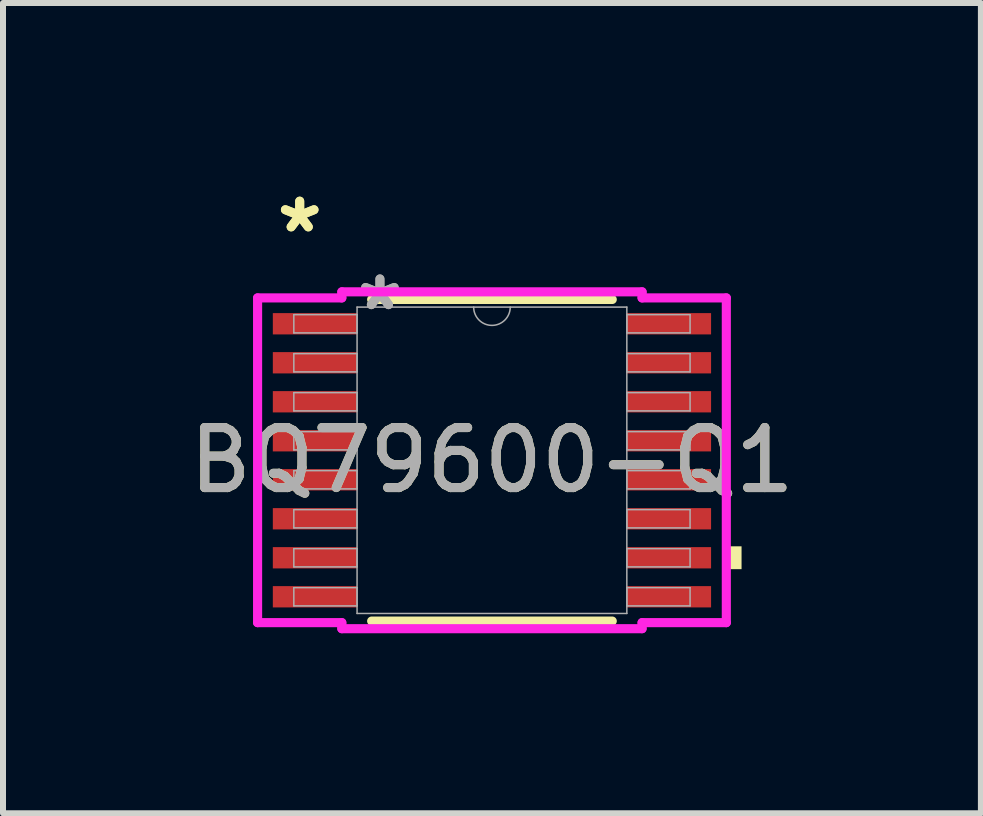
<source format=kicad_pcb>
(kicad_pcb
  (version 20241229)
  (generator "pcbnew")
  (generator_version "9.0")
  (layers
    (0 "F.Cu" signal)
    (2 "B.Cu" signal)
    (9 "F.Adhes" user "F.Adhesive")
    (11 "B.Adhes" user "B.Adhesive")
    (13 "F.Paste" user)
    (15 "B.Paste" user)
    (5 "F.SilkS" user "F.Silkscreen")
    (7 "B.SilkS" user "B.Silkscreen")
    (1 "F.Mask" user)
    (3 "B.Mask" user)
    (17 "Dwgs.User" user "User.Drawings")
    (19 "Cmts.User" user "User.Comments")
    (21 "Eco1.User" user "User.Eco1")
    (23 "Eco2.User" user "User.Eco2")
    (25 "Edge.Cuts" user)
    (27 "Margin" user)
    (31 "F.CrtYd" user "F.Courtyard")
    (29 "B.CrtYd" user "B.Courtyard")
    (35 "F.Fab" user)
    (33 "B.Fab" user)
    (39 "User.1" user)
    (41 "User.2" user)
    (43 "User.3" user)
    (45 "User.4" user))
  (footprint "BQ79600-Q1"
    (layer "F.Cu")
    (at 5.149 4.621)
    (property "Reference" "BQ79600-Q1" (at 0 0 0) (unlocked yes) (layer "F.SilkS") (effects (font (size 1 1) (thickness 0.15))))
    (attr smd)
    (fp_line (start -2.005 2.68) (end 2.005 2.68) (stroke (width 0.152) (type solid)) (layer "F.SilkS"))
    (fp_line (start 2.005 -2.68) (end -2.005 -2.68) (stroke (width 0.152) (type solid)) (layer "F.SilkS"))
    (fp_poly (pts (xy 4.16 1.434) (xy 4.16 1.815) (xy 3.906 1.815) (xy 3.906 1.434)) (stroke (width 0) (type solid)) (fill yes) (layer "F.SilkS"))
    (fp_line (start -3.906 -2.706) (end -2.502 -2.706) (stroke (width 0.152) (type solid)) (layer "F.CrtYd"))
    (fp_line (start -3.906 2.706) (end -3.906 -2.706) (stroke (width 0.152) (type solid)) (layer "F.CrtYd"))
    (fp_line (start -3.906 2.706) (end -2.502 2.706) (stroke (width 0.152) (type solid)) (layer "F.CrtYd"))
    (fp_line (start -2.502 -2.807) (end 2.502 -2.807) (stroke (width 0.152) (type solid)) (layer "F.CrtYd"))
    (fp_line (start -2.502 -2.706) (end -2.502 -2.807) (stroke (width 0.152) (type solid)) (layer "F.CrtYd"))
    (fp_line (start -2.502 2.807) (end -2.502 2.706) (stroke (width 0.152) (type solid)) (layer "F.CrtYd"))
    (fp_line (start 2.502 -2.807) (end 2.502 -2.706) (stroke (width 0.152) (type solid)) (layer "F.CrtYd"))
    (fp_line (start 2.502 2.706) (end 2.502 2.807) (stroke (width 0.152) (type solid)) (layer "F.CrtYd"))
    (fp_line (start 2.502 2.807) (end -2.502 2.807) (stroke (width 0.152) (type solid)) (layer "F.CrtYd"))
    (fp_line (start 3.906 -2.706) (end 2.502 -2.706) (stroke (width 0.152) (type solid)) (layer "F.CrtYd"))
    (fp_line (start 3.906 -2.706) (end 3.906 2.706) (stroke (width 0.152) (type solid)) (layer "F.CrtYd"))
    (fp_line (start 3.906 2.706) (end 2.502 2.706) (stroke (width 0.152) (type solid)) (layer "F.CrtYd"))
    (fp_line (start -3.302 -2.427) (end -3.302 -2.123) (stroke (width 0.025) (type solid)) (layer "F.Fab"))
    (fp_line (start -3.302 -2.123) (end -2.248 -2.123) (stroke (width 0.025) (type solid)) (layer "F.Fab"))
    (fp_line (start -3.302 -1.777) (end -3.302 -1.473) (stroke (width 0.025) (type solid)) (layer "F.Fab"))
    (fp_line (start -3.302 -1.473) (end -2.248 -1.473) (stroke (width 0.025) (type solid)) (layer "F.Fab"))
    (fp_line (start -3.302 -1.127) (end -3.302 -0.823) (stroke (width 0.025) (type solid)) (layer "F.Fab"))
    (fp_line (start -3.302 -0.823) (end -2.248 -0.823) (stroke (width 0.025) (type solid)) (layer "F.Fab"))
    (fp_line (start -3.302 -0.477) (end -3.302 -0.173) (stroke (width 0.025) (type solid)) (layer "F.Fab"))
    (fp_line (start -3.302 -0.173) (end -2.248 -0.173) (stroke (width 0.025) (type solid)) (layer "F.Fab"))
    (fp_line (start -3.302 0.173) (end -3.302 0.477) (stroke (width 0.025) (type solid)) (layer "F.Fab"))
    (fp_line (start -3.302 0.477) (end -2.248 0.477) (stroke (width 0.025) (type solid)) (layer "F.Fab"))
    (fp_line (start -3.302 0.823) (end -3.302 1.127) (stroke (width 0.025) (type solid)) (layer "F.Fab"))
    (fp_line (start -3.302 1.127) (end -2.248 1.127) (stroke (width 0.025) (type solid)) (layer "F.Fab"))
    (fp_line (start -3.302 1.473) (end -3.302 1.777) (stroke (width 0.025) (type solid)) (layer "F.Fab"))
    (fp_line (start -3.302 1.777) (end -2.248 1.777) (stroke (width 0.025) (type solid)) (layer "F.Fab"))
    (fp_line (start -3.302 2.123) (end -3.302 2.427) (stroke (width 0.025) (type solid)) (layer "F.Fab"))
    (fp_line (start -3.302 2.427) (end -2.248 2.427) (stroke (width 0.025) (type solid)) (layer "F.Fab"))
    (fp_line (start -2.248 -2.553) (end -2.248 2.553) (stroke (width 0.025) (type solid)) (layer "F.Fab"))
    (fp_line (start -2.248 -2.427) (end -3.302 -2.427) (stroke (width 0.025) (type solid)) (layer "F.Fab"))
    (fp_line (start -2.248 -2.123) (end -2.248 -2.427) (stroke (width 0.025) (type solid)) (layer "F.Fab"))
    (fp_line (start -2.248 -1.777) (end -3.302 -1.777) (stroke (width 0.025) (type solid)) (layer "F.Fab"))
    (fp_line (start -2.248 -1.473) (end -2.248 -1.777) (stroke (width 0.025) (type solid)) (layer "F.Fab"))
    (fp_line (start -2.248 -1.127) (end -3.302 -1.127) (stroke (width 0.025) (type solid)) (layer "F.Fab"))
    (fp_line (start -2.248 -0.823) (end -2.248 -1.127) (stroke (width 0.025) (type solid)) (layer "F.Fab"))
    (fp_line (start -2.248 -0.477) (end -3.302 -0.477) (stroke (width 0.025) (type solid)) (layer "F.Fab"))
    (fp_line (start -2.248 -0.173) (end -2.248 -0.477) (stroke (width 0.025) (type solid)) (layer "F.Fab"))
    (fp_line (start -2.248 0.173) (end -3.302 0.173) (stroke (width 0.025) (type solid)) (layer "F.Fab"))
    (fp_line (start -2.248 0.477) (end -2.248 0.173) (stroke (width 0.025) (type solid)) (layer "F.Fab"))
    (fp_line (start -2.248 0.823) (end -3.302 0.823) (stroke (width 0.025) (type solid)) (layer "F.Fab"))
    (fp_line (start -2.248 1.127) (end -2.248 0.823) (stroke (width 0.025) (type solid)) (layer "F.Fab"))
    (fp_line (start -2.248 1.473) (end -3.302 1.473) (stroke (width 0.025) (type solid)) (layer "F.Fab"))
    (fp_line (start -2.248 1.777) (end -2.248 1.473) (stroke (width 0.025) (type solid)) (layer "F.Fab"))
    (fp_line (start -2.248 2.123) (end -3.302 2.123) (stroke (width 0.025) (type solid)) (layer "F.Fab"))
    (fp_line (start -2.248 2.427) (end -2.248 2.123) (stroke (width 0.025) (type solid)) (layer "F.Fab"))
    (fp_line (start -2.248 2.553) (end 2.248 2.553) (stroke (width 0.025) (type solid)) (layer "F.Fab"))
    (fp_line (start 2.248 -2.553) (end -2.248 -2.553) (stroke (width 0.025) (type solid)) (layer "F.Fab"))
    (fp_line (start 2.248 -2.427) (end 2.248 -2.123) (stroke (width 0.025) (type solid)) (layer "F.Fab"))
    (fp_line (start 2.248 -2.123) (end 3.302 -2.123) (stroke (width 0.025) (type solid)) (layer "F.Fab"))
    (fp_line (start 2.248 -1.777) (end 2.248 -1.473) (stroke (width 0.025) (type solid)) (layer "F.Fab"))
    (fp_line (start 2.248 -1.473) (end 3.302 -1.473) (stroke (width 0.025) (type solid)) (layer "F.Fab"))
    (fp_line (start 2.248 -1.127) (end 2.248 -0.823) (stroke (width 0.025) (type solid)) (layer "F.Fab"))
    (fp_line (start 2.248 -0.823) (end 3.302 -0.823) (stroke (width 0.025) (type solid)) (layer "F.Fab"))
    (fp_line (start 2.248 -0.477) (end 2.248 -0.173) (stroke (width 0.025) (type solid)) (layer "F.Fab"))
    (fp_line (start 2.248 -0.173) (end 3.302 -0.173) (stroke (width 0.025) (type solid)) (layer "F.Fab"))
    (fp_line (start 2.248 0.173) (end 2.248 0.477) (stroke (width 0.025) (type solid)) (layer "F.Fab"))
    (fp_line (start 2.248 0.477) (end 3.302 0.477) (stroke (width 0.025) (type solid)) (layer "F.Fab"))
    (fp_line (start 2.248 0.823) (end 2.248 1.127) (stroke (width 0.025) (type solid)) (layer "F.Fab"))
    (fp_line (start 2.248 1.127) (end 3.302 1.127) (stroke (width 0.025) (type solid)) (layer "F.Fab"))
    (fp_line (start 2.248 1.473) (end 2.248 1.777) (stroke (width 0.025) (type solid)) (layer "F.Fab"))
    (fp_line (start 2.248 1.777) (end 3.302 1.777) (stroke (width 0.025) (type solid)) (layer "F.Fab"))
    (fp_line (start 2.248 2.123) (end 2.248 2.427) (stroke (width 0.025) (type solid)) (layer "F.Fab"))
    (fp_line (start 2.248 2.427) (end 3.302 2.427) (stroke (width 0.025) (type solid)) (layer "F.Fab"))
    (fp_line (start 2.248 2.553) (end 2.248 -2.553) (stroke (width 0.025) (type solid)) (layer "F.Fab"))
    (fp_line (start 3.302 -2.427) (end 2.248 -2.427) (stroke (width 0.025) (type solid)) (layer "F.Fab"))
    (fp_line (start 3.302 -2.123) (end 3.302 -2.427) (stroke (width 0.025) (type solid)) (layer "F.Fab"))
    (fp_line (start 3.302 -1.777) (end 2.248 -1.777) (stroke (width 0.025) (type solid)) (layer "F.Fab"))
    (fp_line (start 3.302 -1.473) (end 3.302 -1.777) (stroke (width 0.025) (type solid)) (layer "F.Fab"))
    (fp_line (start 3.302 -1.127) (end 2.248 -1.127) (stroke (width 0.025) (type solid)) (layer "F.Fab"))
    (fp_line (start 3.302 -0.823) (end 3.302 -1.127) (stroke (width 0.025) (type solid)) (layer "F.Fab"))
    (fp_line (start 3.302 -0.477) (end 2.248 -0.477) (stroke (width 0.025) (type solid)) (layer "F.Fab"))
    (fp_line (start 3.302 -0.173) (end 3.302 -0.477) (stroke (width 0.025) (type solid)) (layer "F.Fab"))
    (fp_line (start 3.302 0.173) (end 2.248 0.173) (stroke (width 0.025) (type solid)) (layer "F.Fab"))
    (fp_line (start 3.302 0.477) (end 3.302 0.173) (stroke (width 0.025) (type solid)) (layer "F.Fab"))
    (fp_line (start 3.302 0.823) (end 2.248 0.823) (stroke (width 0.025) (type solid)) (layer "F.Fab"))
    (fp_line (start 3.302 1.127) (end 3.302 0.823) (stroke (width 0.025) (type solid)) (layer "F.Fab"))
    (fp_line (start 3.302 1.473) (end 2.248 1.473) (stroke (width 0.025) (type solid)) (layer "F.Fab"))
    (fp_line (start 3.302 1.777) (end 3.302 1.473) (stroke (width 0.025) (type solid)) (layer "F.Fab"))
    (fp_line (start 3.302 2.123) (end 2.248 2.123) (stroke (width 0.025) (type solid)) (layer "F.Fab"))
    (fp_line (start 3.302 2.427) (end 3.302 2.123) (stroke (width 0.025) (type solid)) (layer "F.Fab"))
    (fp_arc (start 0.3048 -2.5527) (mid 0 -2.2479) (end -0.3048 -2.5527) (stroke (width 0.0254) (type solid)) (layer "F.Fab"))
    (fp_text user "*" (at -3.204 -3.773 0) (unlocked yes) (layer "F.SilkS") (effects (font (size 1 1) (thickness 0.15))))
    (fp_text user "*" (at -3.204 -3.773 0) (layer "F.SilkS") (effects (font (size 1 1) (thickness 0.15))))
    (fp_text user "${REFERENCE}" (at 0 0 0) (unlocked yes) (layer "F.Fab") (effects (font (size 1 1) (thickness 0.15))))
    (fp_text user "*" (at -1.867 -2.477 0) (layer "F.Fab") (effects (font (size 1 1) (thickness 0.15))))
    (fp_text user "*" (at -1.867 -2.477 0) (unlocked yes) (layer "F.Fab") (effects (font (size 1 1) (thickness 0.15))))
    (pad "1" smd rect (at -2.95 -2.275) (size 1.404 0.355) (layers "F.Cu" "F.Mask" "F.Paste"))
    (pad "2" smd rect (at -2.95 -1.625) (size 1.404 0.355) (layers "F.Cu" "F.Mask" "F.Paste"))
    (pad "3" smd rect (at -2.95 -0.975) (size 1.404 0.355) (layers "F.Cu" "F.Mask" "F.Paste"))
    (pad "4" smd rect (at -2.95 -0.325) (size 1.404 0.355) (layers "F.Cu" "F.Mask" "F.Paste"))
    (pad "5" smd rect (at -2.95 0.325) (size 1.404 0.355) (layers "F.Cu" "F.Mask" "F.Paste"))
    (pad "6" smd rect (at -2.95 0.975) (size 1.404 0.355) (layers "F.Cu" "F.Mask" "F.Paste"))
    (pad "7" smd rect (at -2.95 1.625) (size 1.404 0.355) (layers "F.Cu" "F.Mask" "F.Paste"))
    (pad "8" smd rect (at -2.95 2.275) (size 1.404 0.355) (layers "F.Cu" "F.Mask" "F.Paste"))
    (pad "9" smd rect (at 2.95 2.275) (size 1.404 0.355) (layers "F.Cu" "F.Mask" "F.Paste"))
    (pad "10" smd rect (at 2.95 1.625) (size 1.404 0.355) (layers "F.Cu" "F.Mask" "F.Paste"))
    (pad "11" smd rect (at 2.95 0.975) (size 1.404 0.355) (layers "F.Cu" "F.Mask" "F.Paste"))
    (pad "12" smd rect (at 2.95 0.325) (size 1.404 0.355) (layers "F.Cu" "F.Mask" "F.Paste"))
    (pad "13" smd rect (at 2.95 -0.325) (size 1.404 0.355) (layers "F.Cu" "F.Mask" "F.Paste"))
    (pad "14" smd rect (at 2.95 -0.975) (size 1.404 0.355) (layers "F.Cu" "F.Mask" "F.Paste"))
    (pad "15" smd rect (at 2.95 -1.625) (size 1.404 0.355) (layers "F.Cu" "F.Mask" "F.Paste"))
    (pad "16" smd rect (at 2.95 -2.275) (size 1.404 0.355) (layers "F.Cu" "F.Mask" "F.Paste")))
  (gr_rect
    (start -3 -3)
    (end 13.298 10.504)
    (stroke (width 0.1) (type default))
    (fill no)
    (layer "Edge.Cuts")))
</source>
